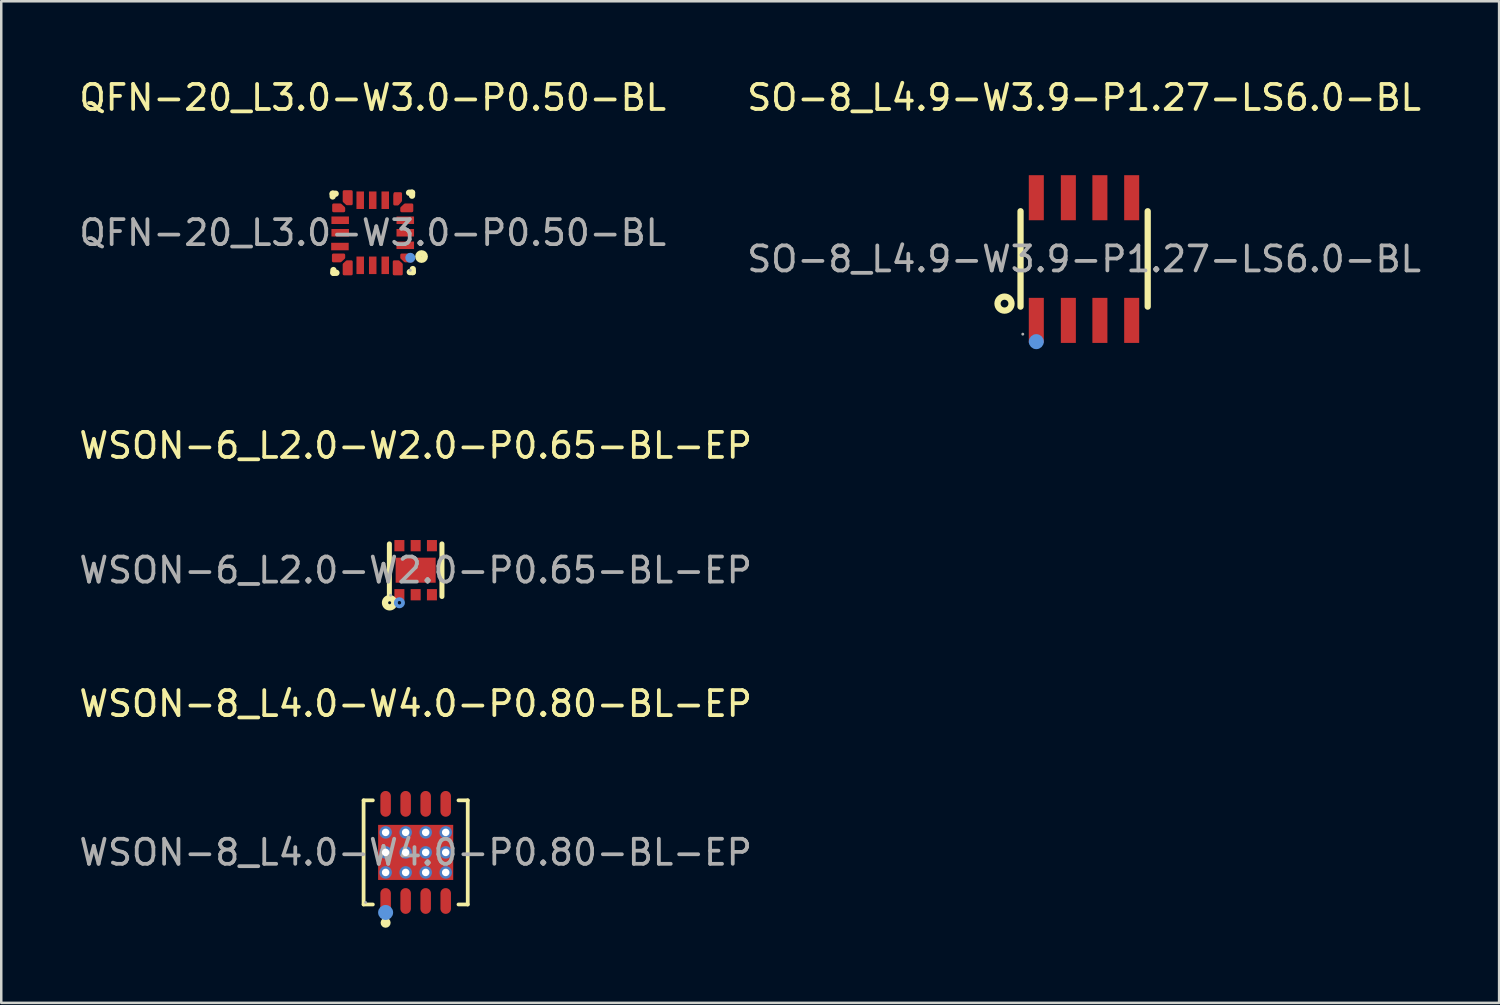
<source format=kicad_pcb>
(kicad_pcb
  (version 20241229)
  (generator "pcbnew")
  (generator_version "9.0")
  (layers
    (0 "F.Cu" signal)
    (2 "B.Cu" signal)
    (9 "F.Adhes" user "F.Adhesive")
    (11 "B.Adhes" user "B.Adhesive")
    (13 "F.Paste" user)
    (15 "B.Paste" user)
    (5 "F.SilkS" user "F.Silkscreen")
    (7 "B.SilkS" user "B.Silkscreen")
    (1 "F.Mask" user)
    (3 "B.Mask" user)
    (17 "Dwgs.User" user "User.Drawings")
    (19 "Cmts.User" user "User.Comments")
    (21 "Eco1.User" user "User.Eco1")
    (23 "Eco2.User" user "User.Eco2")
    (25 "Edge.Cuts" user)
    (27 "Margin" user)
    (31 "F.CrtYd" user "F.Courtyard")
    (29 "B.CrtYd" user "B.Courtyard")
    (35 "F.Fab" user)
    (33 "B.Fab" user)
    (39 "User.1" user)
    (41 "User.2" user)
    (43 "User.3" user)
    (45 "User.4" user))
  (footprint "WSON-8_L4.0-W4.0-P0.80-BL-EP"
    (layer "F.Cu")
    (at 13.554 31)
    (property "Reference" "WSON-8_L4.0-W4.0-P0.80-BL-EP" (at 0 -5.94 0) (layer "F.SilkS") (effects (font (size 1 1) (thickness 0.15))))
    (attr smd)
    (fp_line (start -2.08 -2.08) (end -1.71 -2.08) (stroke (width 0.15) (type solid)) (layer "F.SilkS"))
    (fp_line (start -2.08 2.08) (end -2.08 -2.08) (stroke (width 0.15) (type solid)) (layer "F.SilkS"))
    (fp_line (start -2.08 2.08) (end -1.71 2.08) (stroke (width 0.15) (type solid)) (layer "F.SilkS"))
    (fp_line (start 2.08 -2.08) (end 1.71 -2.08) (stroke (width 0.15) (type solid)) (layer "F.SilkS"))
    (fp_line (start 2.08 -2.08) (end 2.08 2.08) (stroke (width 0.15) (type solid)) (layer "F.SilkS"))
    (fp_line (start 2.08 2.08) (end 1.71 2.08) (stroke (width 0.15) (type solid)) (layer "F.SilkS"))
    (fp_circle (center -1.2 2.81) (end -1.1 2.81) (stroke (width 0.2) (type solid)) (fill no) (layer "F.SilkS"))
    (fp_circle (center -1.2 2.4) (end -1.05 2.4) (stroke (width 0.3) (type solid)) (fill no) (layer "Cmts.User"))
    (fp_circle (center -2 2) (end -1.97 2) (stroke (width 0.06) (type solid)) (fill no) (layer "F.Fab"))
    (fp_text user "${REFERENCE}" (at 0 0 0) (layer "F.Fab") (effects (font (size 1 1) (thickness 0.15))))
    (pad "" thru_hole circle (at -1.2 -0.8) (size 0.5 0.5) (drill 0.3) (layers "*.Cu" "*.Paste" "*.Mask"))
    (pad "" thru_hole circle (at -1.2 0) (size 0.5 0.5) (drill 0.3) (layers "*.Cu" "*.Paste" "*.Mask"))
    (pad "" thru_hole circle (at -1.2 0.8) (size 0.5 0.5) (drill 0.3) (layers "*.Cu" "*.Paste" "*.Mask"))
    (pad "" thru_hole circle (at -0.4 -0.8) (size 0.5 0.5) (drill 0.3) (layers "*.Cu" "*.Paste" "*.Mask"))
    (pad "" thru_hole circle (at -0.4 0) (size 0.5 0.5) (drill 0.3) (layers "*.Cu" "*.Paste" "*.Mask"))
    (pad "" thru_hole circle (at -0.4 0.8) (size 0.5 0.5) (drill 0.3) (layers "*.Cu" "*.Paste" "*.Mask"))
    (pad "" thru_hole circle (at 0.4 -0.8) (size 0.5 0.5) (drill 0.3) (layers "*.Cu" "*.Paste" "*.Mask"))
    (pad "" thru_hole circle (at 0.4 0) (size 0.5 0.5) (drill 0.3) (layers "*.Cu" "*.Paste" "*.Mask"))
    (pad "" thru_hole circle (at 0.4 0.8) (size 0.5 0.5) (drill 0.3) (layers "*.Cu" "*.Paste" "*.Mask"))
    (pad "" thru_hole circle (at 1.2 -0.8) (size 0.5 0.5) (drill 0.3) (layers "*.Cu" "*.Paste" "*.Mask"))
    (pad "" thru_hole circle (at 1.2 0) (size 0.5 0.5) (drill 0.3) (layers "*.Cu" "*.Paste" "*.Mask"))
    (pad "" thru_hole circle (at 1.2 0.8) (size 0.5 0.5) (drill 0.3) (layers "*.Cu" "*.Paste" "*.Mask"))
    (pad "1" smd oval (at -1.2 1.94) (size 0.42 1.03) (layers "F.Cu" "F.Mask" "F.Paste"))
    (pad "2" smd oval (at -0.4 1.94) (size 0.42 1.03) (layers "F.Cu" "F.Mask" "F.Paste"))
    (pad "3" smd oval (at 0.4 1.94) (size 0.42 1.03) (layers "F.Cu" "F.Mask" "F.Paste"))
    (pad "4" smd oval (at 1.2 1.94) (size 0.42 1.03) (layers "F.Cu" "F.Mask" "F.Paste"))
    (pad "5" smd oval (at 1.2 -1.94) (size 0.42 1.03) (layers "F.Cu" "F.Mask" "F.Paste"))
    (pad "6" smd oval (at 0.4 -1.94) (size 0.42 1.03) (layers "F.Cu" "F.Mask" "F.Paste"))
    (pad "7" smd oval (at -0.4 -1.94) (size 0.42 1.03) (layers "F.Cu" "F.Mask" "F.Paste"))
    (pad "8" smd oval (at -1.2 -1.94) (size 0.42 1.03) (layers "F.Cu" "F.Mask" "F.Paste"))
    (pad "9" smd rect (at 0 0) (size 3 2.2) (layers "F.Cu" "F.Mask" "F.Paste")))
  (footprint "WSON-6_L2.0-W2.0-P0.65-BL-EP"
    (layer "F.Cu")
    (at 13.554 19.727)
    (property "Reference" "WSON-6_L2.0-W2.0-P0.65-BL-EP" (at 0 -4.98 0) (layer "F.SilkS") (effects (font (size 1 1) (thickness 0.15))))
    (attr smd)
    (fp_line (start -1.05 1.05) (end -1.05 -1.05) (stroke (width 0.2) (type solid)) (layer "F.SilkS"))
    (fp_line (start 1.05 1.05) (end 1.05 -1.05) (stroke (width 0.2) (type solid)) (layer "F.SilkS"))
    (fp_circle (center -1.04 1.3) (end -0.98 1.3) (stroke (width 0.25) (type solid)) (fill no) (layer "F.SilkS"))
    (fp_circle (center -0.65 1.3) (end -0.58 1.3) (stroke (width 0.15) (type solid)) (fill no) (layer "Cmts.User"))
    (fp_circle (center -1 1) (end -0.97 1) (stroke (width 0.06) (type solid)) (fill no) (layer "F.Fab"))
    (fp_text user "${REFERENCE}" (at 0 0 0) (layer "F.Fab") (effects (font (size 1 1) (thickness 0.15))))
    (pad "1" smd rect (at -0.65 0.98) (size 0.4 0.45) (layers "F.Cu" "F.Mask" "F.Paste"))
    (pad "2" smd rect (at 0 0.98) (size 0.4 0.45) (layers "F.Cu" "F.Mask" "F.Paste"))
    (pad "3" smd rect (at 0.65 0.98) (size 0.4 0.45) (layers "F.Cu" "F.Mask" "F.Paste"))
    (pad "4" smd rect (at 0.65 -0.98) (size 0.4 0.45) (layers "F.Cu" "F.Mask" "F.Paste"))
    (pad "5" smd rect (at 0 -0.98) (size 0.4 0.45) (layers "F.Cu" "F.Mask" "F.Paste"))
    (pad "6" smd rect (at -0.65 -0.98) (size 0.4 0.45) (layers "F.Cu" "F.Mask" "F.Paste"))
    (pad "7" smd rect (at 0 0 90) (size 1 1.6) (layers "F.Cu" "F.Mask" "F.Paste")))
  (footprint "QFN-20_L3.0-W3.0-P0.50-BL"
    (layer "F.Cu")
    (at 11.839 6.248)
    (property "Reference" "QFN-20_L3.0-W3.0-P0.50-BL" (at 0 -5.4 0) (layer "F.SilkS") (effects (font (size 1 1) (thickness 0.15))))
    (attr smd)
    (fp_line (start -1.6 -1.56) (end -1.48 -1.56) (stroke (width 0.25) (type solid)) (layer "F.SilkS"))
    (fp_line (start -1.6 -1.45) (end -1.6 -1.56) (stroke (width 0.25) (type solid)) (layer "F.SilkS"))
    (fp_line (start -1.57 1.6) (end -1.57 1.49) (stroke (width 0.25) (type solid)) (layer "F.SilkS"))
    (fp_line (start -1.45 1.6) (end -1.57 1.6) (stroke (width 0.25) (type solid)) (layer "F.SilkS"))
    (fp_line (start 1.45 -1.6) (end 1.57 -1.6) (stroke (width 0.25) (type solid)) (layer "F.SilkS"))
    (fp_line (start 1.57 -1.6) (end 1.57 -1.48) (stroke (width 0.25) (type solid)) (layer "F.SilkS"))
    (fp_line (start 1.6 1.45) (end 1.6 1.57) (stroke (width 0.25) (type solid)) (layer "F.SilkS"))
    (fp_line (start 1.6 1.57) (end 1.48 1.57) (stroke (width 0.25) (type solid)) (layer "F.SilkS"))
    (fp_circle (center 1.95 0.95) (end 2.08 0.95) (stroke (width 0.25) (type solid)) (fill no) (layer "F.SilkS"))
    (fp_circle (center 1.5 1) (end 1.6 1) (stroke (width 0.2) (type solid)) (fill no) (layer "Cmts.User"))
    (fp_circle (center 1.5 1.5) (end 1.53 1.5) (stroke (width 0.06) (type solid)) (fill no) (layer "F.Fab"))
    (fp_text user "${REFERENCE}" (at 0 0 0) (layer "F.Fab") (effects (font (size 1 1) (thickness 0.15))))
    (pad "1" smd custom (at 1.33 1) (size 0.01 0.01) (layers "F.Cu" "F.Mask" "F.Paste") (options (anchor circle)) (primitives (gr_poly (pts (xy 0.24 0.13) (xy 0.24 -0.12) (xy 0.16 -0.12) (xy -0.18 -0.12) (xy -0.18 0) (xy -0.04 0.13)) (width 0.1) (fill yes))))
    (pad "2" smd rect (at 1.3 0.5) (size 0.7 0.3) (layers "F.Cu" "F.Mask" "F.Paste"))
    (pad "3" smd rect (at 1.3 0) (size 0.7 0.3) (layers "F.Cu" "F.Mask" "F.Paste"))
    (pad "4" smd rect (at 1.3 -0.5) (size 0.7 0.3) (layers "F.Cu" "F.Mask" "F.Paste"))
    (pad "5" smd custom (at 1.32 -1) (size 0.01 0.01) (layers "F.Cu" "F.Mask" "F.Paste") (options (anchor circle)) (primitives (gr_poly (pts (xy 0.25 -0.12) (xy 0.25 0.13) (xy 0.17 0.13) (xy -0.17 0.13) (xy -0.17 0.01) (xy -0.03 -0.12)) (width 0.1) (fill yes))))
    (pad "6" smd custom (at 1 -1.32) (size 0.01 0.01) (layers "F.Cu" "F.Mask" "F.Paste") (options (anchor circle)) (primitives (gr_poly (pts (xy 0.12 -0.25) (xy -0.12 -0.25) (xy -0.13 -0.17) (xy -0.13 0.18) (xy 0 0.18) (xy 0.12 0.04)) (width 0.1) (fill yes))))
    (pad "7" smd rect (at 0.5 -1.3) (size 0.3 0.7) (layers "F.Cu" "F.Mask" "F.Paste"))
    (pad "8" smd rect (at 0 -1.3) (size 0.3 0.7) (layers "F.Cu" "F.Mask" "F.Paste"))
    (pad "9" smd rect (at -0.5 -1.3) (size 0.3 0.7) (layers "F.Cu" "F.Mask" "F.Paste"))
    (pad "10" smd custom (at -1 -1.4) (size 0.01 0.01) (layers "F.Cu" "F.Mask" "F.Paste") (options (anchor circle)) (primitives (gr_poly (pts (xy -0.15 -0.25) (xy 0.15 -0.25) (xy 0.15 0.25) (xy -0.03 0.25) (xy -0.15 0.14)) (width 0.1) (fill yes))))
    (pad "11" smd custom (at -1.32 -1) (size 0.01 0.01) (layers "F.Cu" "F.Mask" "F.Paste") (options (anchor circle)) (primitives (gr_poly (pts (xy -0.25 -0.12) (xy -0.25 0.13) (xy -0.18 0.13) (xy 0.17 0.13) (xy 0.17 0.01) (xy 0.03 -0.12)) (width 0.1) (fill yes))))
    (pad "12" smd rect (at -1.3 -0.5) (size 0.7 0.3) (layers "F.Cu" "F.Mask" "F.Paste"))
    (pad "13" smd rect (at -1.3 0) (size 0.7 0.3) (layers "F.Cu" "F.Mask" "F.Paste"))
    (pad "14" smd rect (at -1.31 0.55) (size 0.7 0.3) (layers "F.Cu" "F.Mask" "F.Paste"))
    (pad "15" smd custom (at -1.33 1) (size 0.01 0.01) (layers "F.Cu" "F.Mask" "F.Paste") (options (anchor circle)) (primitives (gr_poly (pts (xy -0.25 0.13) (xy -0.25 -0.12) (xy 0.18 -0.12) (xy 0.18 0) (xy 0.04 0.13)) (width 0.1) (fill yes))))
    (pad "16" smd custom (at -1 1.4) (size 0.01 0.01) (layers "F.Cu" "F.Mask" "F.Paste") (options (anchor circle)) (primitives (gr_poly (pts (xy -0.15 0.25) (xy 0.15 0.25) (xy 0.15 -0.25) (xy -0.03 -0.25) (xy -0.15 -0.14)) (width 0.1) (fill yes))))
    (pad "17" smd rect (at -0.5 1.3) (size 0.3 0.7) (layers "F.Cu" "F.Mask" "F.Paste"))
    (pad "18" smd rect (at 0 1.3) (size 0.3 0.7) (layers "F.Cu" "F.Mask" "F.Paste"))
    (pad "19" smd rect (at 0.5 1.3) (size 0.3 0.7) (layers "F.Cu" "F.Mask" "F.Paste"))
    (pad "20" smd custom (at 1 1.4) (size 0.01 0.01) (layers "F.Cu" "F.Mask" "F.Paste") (options (anchor circle)) (primitives (gr_poly (pts (xy 0.15 0.25) (xy -0.15 0.25) (xy -0.15 -0.25) (xy 0.03 -0.25) (xy 0.15 -0.14)) (width 0.1) (fill yes)))))
  (footprint "SO-8_L4.9-W3.9-P1.27-LS6.0-BL"
    (layer "F.Cu")
    (at 40.256 7.298)
    (property "Reference" "SO-8_L4.9-W3.9-P1.27-LS6.0-BL" (at 0 -6.45 0) (layer "F.SilkS") (effects (font (size 1 1) (thickness 0.15))))
    (attr smd)
    (fp_line (start -2.54 -1.91) (end -2.54 1.9) (stroke (width 0.25) (type solid)) (layer "F.SilkS"))
    (fp_line (start 2.54 -1.91) (end 2.54 1.9) (stroke (width 0.25) (type solid)) (layer "F.SilkS"))
    (fp_circle (center -3.18 1.78) (end -2.9 1.78) (stroke (width 0.25) (type solid)) (fill no) (layer "F.SilkS"))
    (fp_circle (center -1.91 3.3) (end -1.76 3.3) (stroke (width 0.3) (type solid)) (fill no) (layer "Cmts.User"))
    (fp_circle (center -2.45 3) (end -2.42 3) (stroke (width 0.06) (type solid)) (fill no) (layer "F.Fab"))
    (fp_text user "${REFERENCE}" (at 0 0 0) (layer "F.Fab") (effects (font (size 1 1) (thickness 0.15))))
    (pad "1" smd rect (at -1.91 2.45) (size 0.6 1.8) (layers "F.Cu" "F.Mask" "F.Paste"))
    (pad "2" smd rect (at -0.63 2.45) (size 0.6 1.8) (layers "F.Cu" "F.Mask" "F.Paste"))
    (pad "3" smd rect (at 0.63 2.45) (size 0.6 1.8) (layers "F.Cu" "F.Mask" "F.Paste"))
    (pad "4" smd rect (at 1.9 2.45) (size 0.6 1.8) (layers "F.Cu" "F.Mask" "F.Paste"))
    (pad "5" smd rect (at 1.9 -2.45 180) (size 0.6 1.8) (layers "F.Cu" "F.Mask" "F.Paste"))
    (pad "6" smd rect (at 0.63 -2.45 180) (size 0.6 1.8) (layers "F.Cu" "F.Mask" "F.Paste"))
    (pad "7" smd rect (at -0.63 -2.45 180) (size 0.6 1.8) (layers "F.Cu" "F.Mask" "F.Paste"))
    (pad "8" smd rect (at -1.91 -2.45 180) (size 0.6 1.8) (layers "F.Cu" "F.Mask" "F.Paste")))
  (gr_rect
    (start -3 -3)
    (end 56.833 37.01)
    (stroke (width 0.1) (type default))
    (fill no)
    (layer "Edge.Cuts")))
</source>
